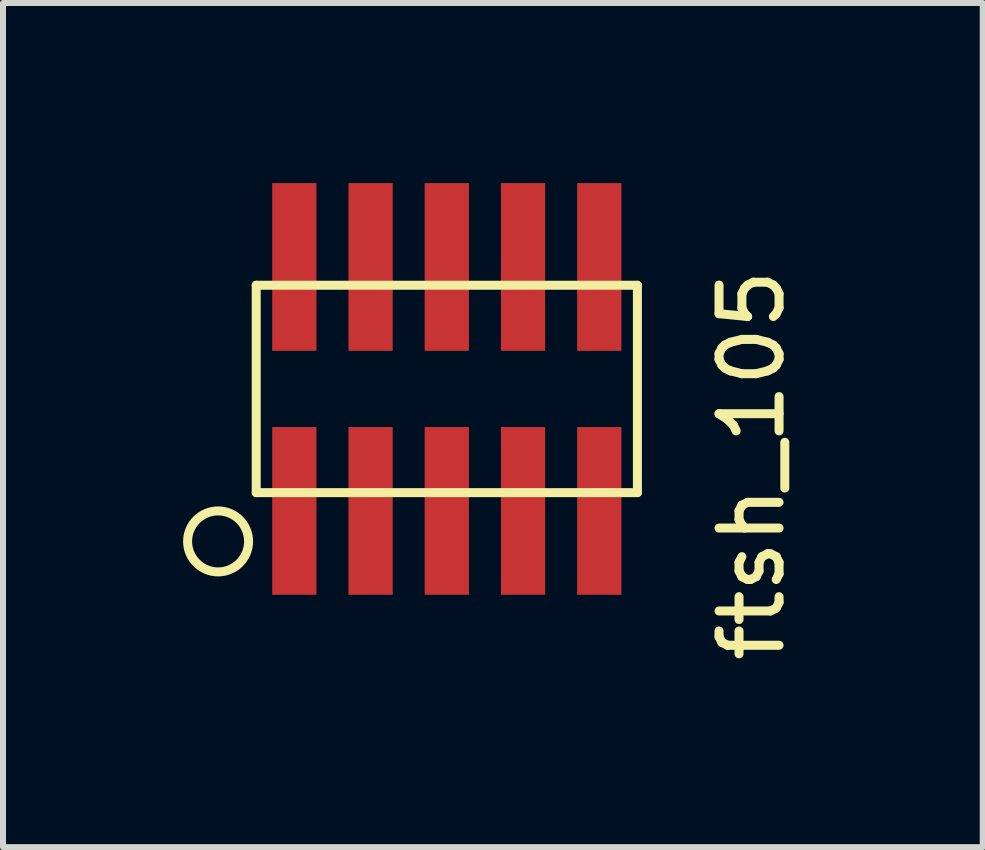
<source format=kicad_pcb>
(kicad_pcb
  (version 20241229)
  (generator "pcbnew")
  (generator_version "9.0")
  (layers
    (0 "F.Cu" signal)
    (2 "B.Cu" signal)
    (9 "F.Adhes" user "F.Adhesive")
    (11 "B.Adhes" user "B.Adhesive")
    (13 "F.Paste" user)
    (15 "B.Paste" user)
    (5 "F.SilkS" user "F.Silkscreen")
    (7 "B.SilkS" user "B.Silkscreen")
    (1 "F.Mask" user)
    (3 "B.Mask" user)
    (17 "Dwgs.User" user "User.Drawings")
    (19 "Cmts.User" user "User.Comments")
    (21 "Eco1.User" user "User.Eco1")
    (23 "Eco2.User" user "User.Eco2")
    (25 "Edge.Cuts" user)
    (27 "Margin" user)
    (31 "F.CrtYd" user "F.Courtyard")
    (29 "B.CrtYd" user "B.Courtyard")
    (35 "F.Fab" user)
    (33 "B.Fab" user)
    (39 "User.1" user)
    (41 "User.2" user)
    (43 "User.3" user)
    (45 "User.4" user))
  (footprint "ftsh_105"
    (layer "F.Cu")
    (at 4.393 3.429)
    (property "Reference" "ftsh_105" (at 5.08 1.27 90) (layer "F.SilkS") (effects (font (size 1 1) (thickness 0.15))))
    (attr through_hole)
    (fp_line (start -3.175 -1.727) (end -3.175 1.727) (stroke (width 0.15) (type solid)) (layer "F.SilkS"))
    (fp_line (start -3.175 -1.727) (end 3.175 -1.727) (stroke (width 0.15) (type solid)) (layer "F.SilkS"))
    (fp_line (start 3.175 -1.727) (end 3.175 1.727) (stroke (width 0.15) (type solid)) (layer "F.SilkS"))
    (fp_line (start 3.175 1.727) (end -3.175 1.727) (stroke (width 0.15) (type solid)) (layer "F.SilkS"))
    (fp_circle (center -3.81 2.54) (end -3.81 3.048) (stroke (width 0.15) (type solid)) (fill no) (layer "F.SilkS"))
    (pad "1" smd rect (at -2.54 2.032) (size 0.737 2.794) (layers "F.Cu" "F.Mask" "F.Paste"))
    (pad "2" smd rect (at -2.54 -2.032) (size 0.737 2.794) (layers "F.Cu" "F.Mask" "F.Paste"))
    (pad "3" smd rect (at -1.27 2.032) (size 0.737 2.794) (layers "F.Cu" "F.Mask" "F.Paste"))
    (pad "4" smd rect (at -1.27 -2.032) (size 0.737 2.794) (layers "F.Cu" "F.Mask" "F.Paste"))
    (pad "5" smd rect (at 0 2.032) (size 0.737 2.794) (layers "F.Cu" "F.Mask" "F.Paste"))
    (pad "6" smd rect (at 0 -2.032) (size 0.737 2.794) (layers "F.Cu" "F.Mask" "F.Paste"))
    (pad "7" smd rect (at 1.27 2.032) (size 0.737 2.794) (layers "F.Cu" "F.Mask" "F.Paste"))
    (pad "8" smd rect (at 1.27 -2.032) (size 0.737 2.794) (layers "F.Cu" "F.Mask" "F.Paste"))
    (pad "9" smd rect (at 2.54 2.032) (size 0.737 2.794) (layers "F.Cu" "F.Mask" "F.Paste"))
    (pad "10" smd rect (at 2.54 -2.032) (size 0.737 2.794) (layers "F.Cu" "F.Mask" "F.Paste")))
  (gr_rect
    (start -3 -3)
    (end 13.321 11.062)
    (stroke (width 0.1) (type default))
    (fill no)
    (layer "Edge.Cuts")))
</source>
